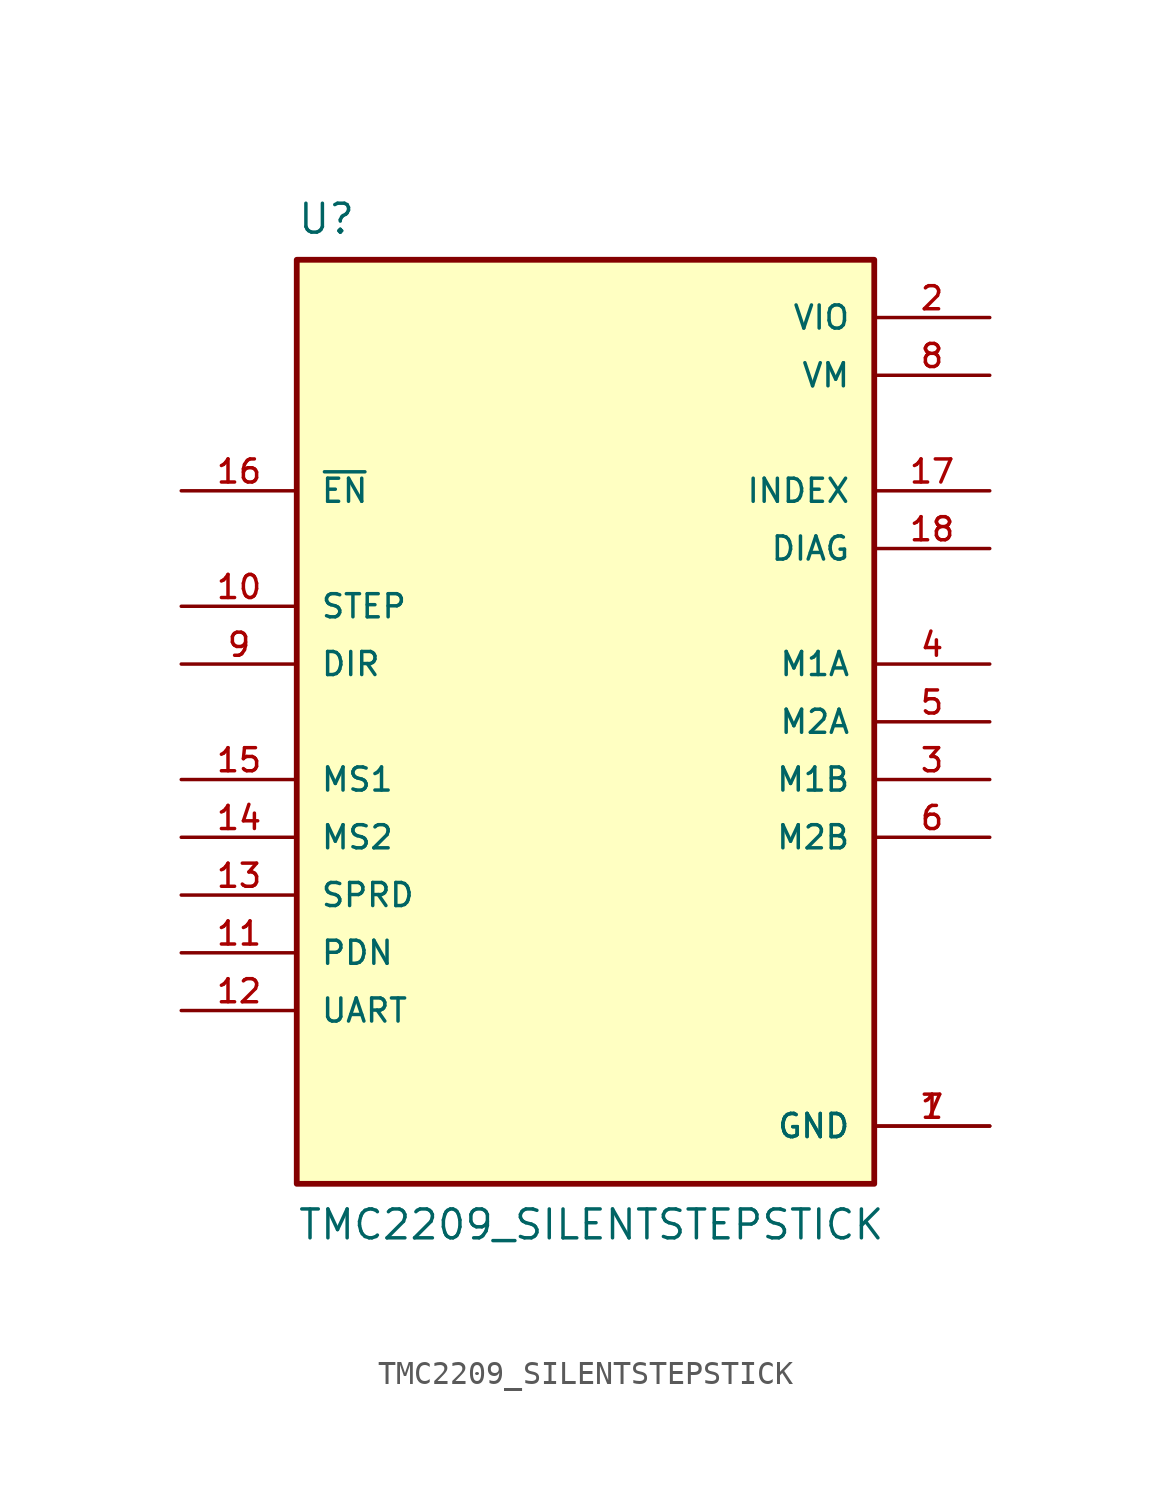
<source format=kicad_sym>
(kicad_symbol_lib
  (version 20220914)
  (generator kicad_symbol_editor)
  (symbol "TMC2209_SILENTSTEPSTICK"
    (pin_names
      (offset 1.016))
    (property "Reference" "U"
      (at -12.7 22.86 0)
      (effects (font (size 1.27 1.27)) (justify left top)))
    (property "Value" "TMC2209_SILENTSTEPSTICK"
      (at -12.7 -22.86 0)
      (effects (font (size 1.27 1.27)) (justify left bottom)))
    (symbol "TMC2209_SILENTSTEPSTICK_0_0"
      (rectangle (start -12.7 20.32) (end 12.7 -20.32) (stroke (width 0.254) (type default)) (fill (type background)))
      (pin power_in line (at 17.78 -17.78 180) (length 5.08) (name "GND" (effects (font (size 1.016 1.016)))) (number "1" (effects (font (size 1.016 1.016)))))
      (pin input line (at -17.78 5.08 0) (length 5.08) (name "STEP" (effects (font (size 1.016 1.016)))) (number "10" (effects (font (size 1.016 1.016)))))
      (pin bidirectional line (at -17.78 -10.16 0) (length 5.08) (name "PDN" (effects (font (size 1.016 1.016)))) (number "11" (effects (font (size 1.016 1.016)))))
      (pin bidirectional line (at -17.78 -12.7 0) (length 5.08) (name "UART" (effects (font (size 1.016 1.016)))) (number "12" (effects (font (size 1.016 1.016)))))
      (pin input line (at -17.78 -7.62 0) (length 5.08) (name "SPRD" (effects (font (size 1.016 1.016)))) (number "13" (effects (font (size 1.016 1.016)))))
      (pin input line (at -17.78 -5.08 0) (length 5.08) (name "MS2" (effects (font (size 1.016 1.016)))) (number "14" (effects (font (size 1.016 1.016)))))
      (pin input line (at -17.78 -2.54 0) (length 5.08) (name "MS1" (effects (font (size 1.016 1.016)))) (number "15" (effects (font (size 1.016 1.016)))))
      (pin input line (at -17.78 10.16 0) (length 5.08) (name "~{EN}" (effects (font (size 1.016 1.016)))) (number "16" (effects (font (size 1.016 1.016)))))
      (pin output line (at 17.78 10.16 180) (length 5.08) (name "INDEX" (effects (font (size 1.016 1.016)))) (number "17" (effects (font (size 1.016 1.016)))))
      (pin output line (at 17.78 7.62 180) (length 5.08) (name "DIAG" (effects (font (size 1.016 1.016)))) (number "18" (effects (font (size 1.016 1.016)))))
      (pin power_in line (at 17.78 17.78 180) (length 5.08) (name "VIO" (effects (font (size 1.016 1.016)))) (number "2" (effects (font (size 1.016 1.016)))))
      (pin output line (at 17.78 -2.54 180) (length 5.08) (name "M1B" (effects (font (size 1.016 1.016)))) (number "3" (effects (font (size 1.016 1.016)))))
      (pin output line (at 17.78 2.54 180) (length 5.08) (name "M1A" (effects (font (size 1.016 1.016)))) (number "4" (effects (font (size 1.016 1.016)))))
      (pin output line (at 17.78 0 180) (length 5.08) (name "M2A" (effects (font (size 1.016 1.016)))) (number "5" (effects (font (size 1.016 1.016)))))
      (pin output line (at 17.78 -5.08 180) (length 5.08) (name "M2B" (effects (font (size 1.016 1.016)))) (number "6" (effects (font (size 1.016 1.016)))))
      (pin power_in line (at 17.78 -17.78 180) (length 5.08) (name "GND" (effects (font (size 1.016 1.016)))) (number "7" (effects (font (size 1.016 1.016)))))
      (pin power_in line (at 17.78 15.24 180) (length 5.08) (name "VM" (effects (font (size 1.016 1.016)))) (number "8" (effects (font (size 1.016 1.016)))))
      (pin input line (at -17.78 2.54 0) (length 5.08) (name "DIR" (effects (font (size 1.016 1.016)))) (number "9" (effects (font (size 1.016 1.016))))))))
</source>
